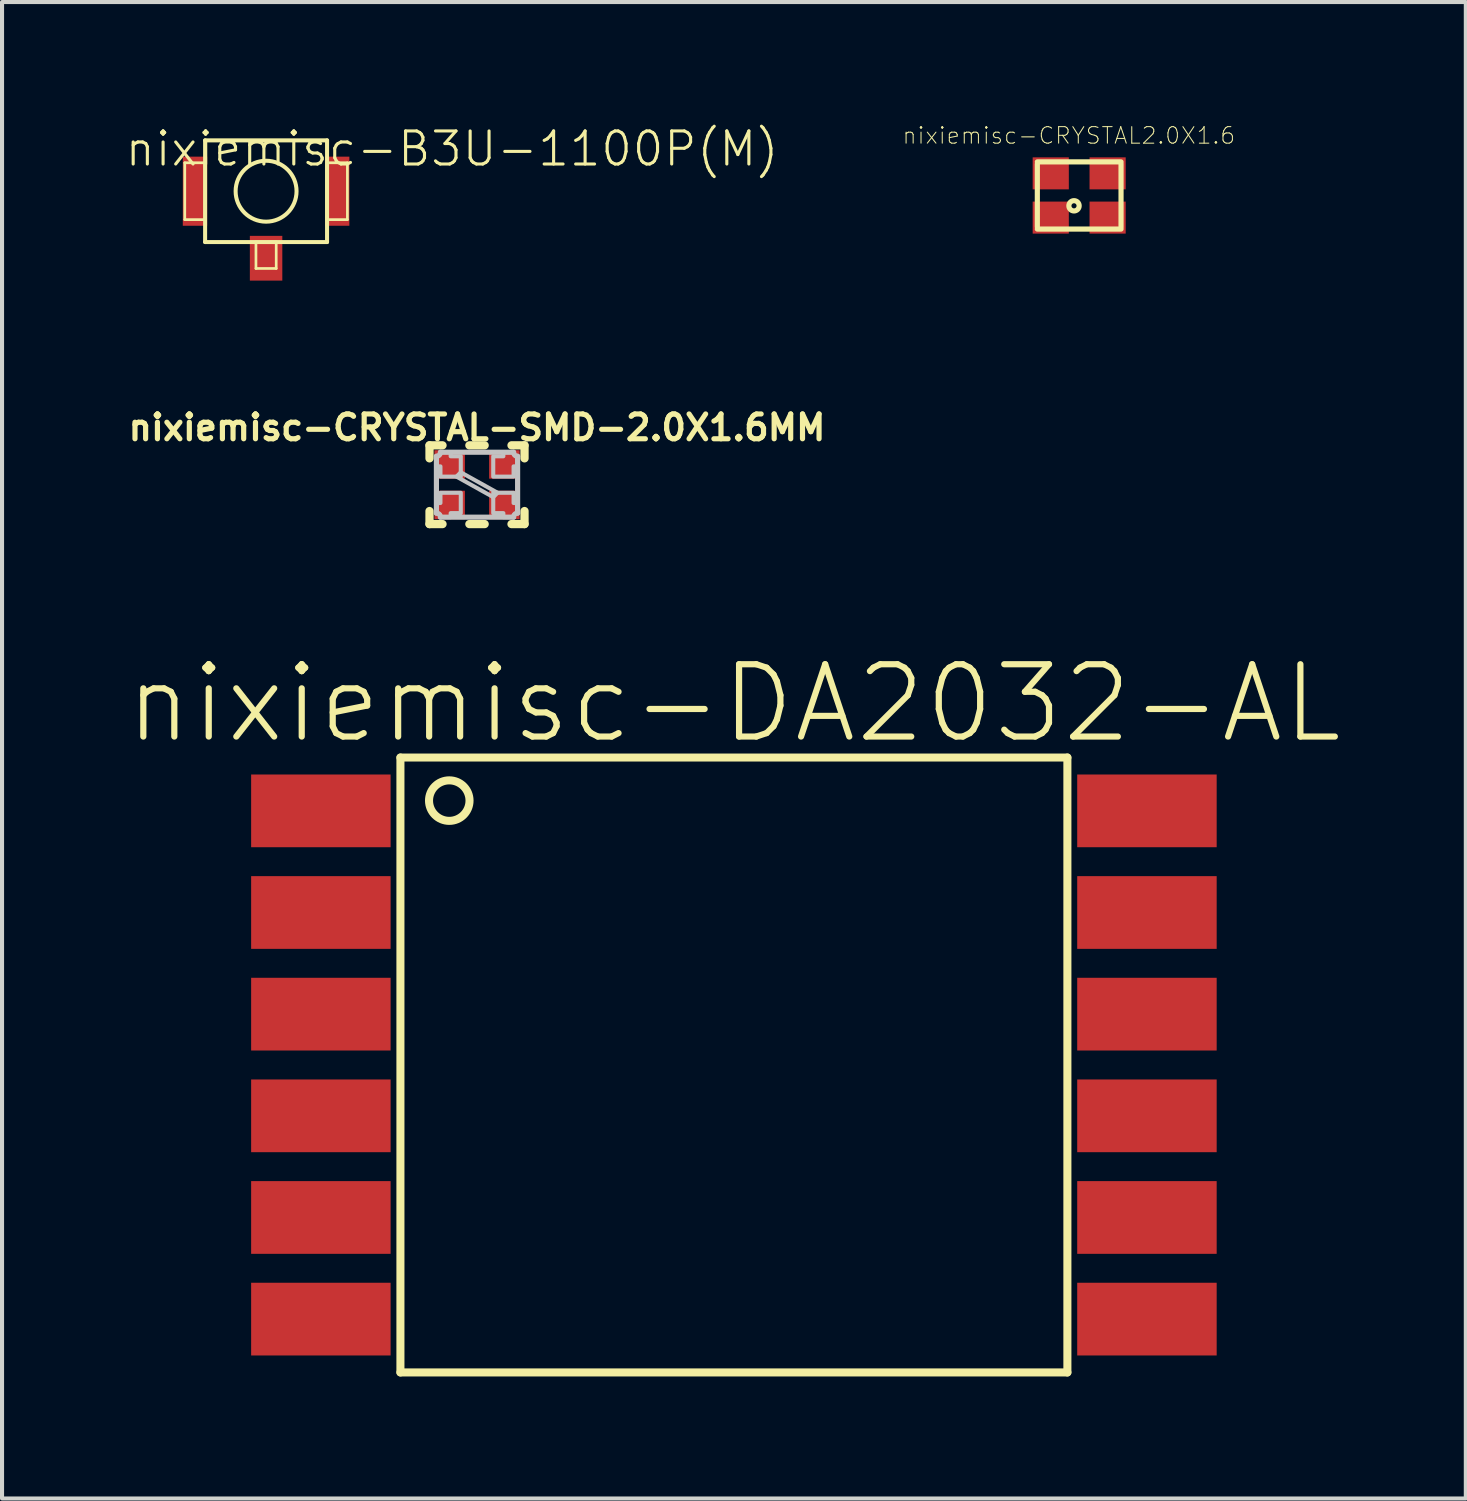
<source format=kicad_pcb>
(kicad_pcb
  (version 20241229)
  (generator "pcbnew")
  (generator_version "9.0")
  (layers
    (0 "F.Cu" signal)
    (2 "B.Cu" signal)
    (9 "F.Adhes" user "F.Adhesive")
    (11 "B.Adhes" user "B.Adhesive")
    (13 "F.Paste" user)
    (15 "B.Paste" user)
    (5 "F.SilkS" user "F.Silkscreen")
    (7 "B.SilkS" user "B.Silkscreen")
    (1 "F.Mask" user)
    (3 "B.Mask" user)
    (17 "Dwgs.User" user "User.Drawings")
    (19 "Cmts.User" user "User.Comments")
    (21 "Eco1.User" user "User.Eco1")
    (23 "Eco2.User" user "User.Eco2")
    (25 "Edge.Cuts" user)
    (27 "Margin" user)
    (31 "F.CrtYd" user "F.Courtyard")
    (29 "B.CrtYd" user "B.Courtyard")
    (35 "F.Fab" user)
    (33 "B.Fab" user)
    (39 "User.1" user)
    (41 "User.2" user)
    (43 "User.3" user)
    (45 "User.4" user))
  (footprint "nixiemisc-B3U-1100P(M)"
    (layer "F.Cu")
    (at 3.492 1.651)
    (property "Reference" "nixiemisc-B3U-1100P(M)" (at 4.572 -1.041 0) (unlocked yes) (layer "F.SilkS") (effects (font (size 0.813 0.813) (thickness 0.076))))
    (attr smd)
    (fp_line (start -2.05 -0.848) (end -1.448 -0.848) (stroke (width 0.066) (type solid)) (layer "F.Mask"))
    (fp_line (start -2.05 0.848) (end -2.05 -0.848) (stroke (width 0.066) (type solid)) (layer "F.Mask"))
    (fp_line (start -2.05 0.848) (end -1.448 0.848) (stroke (width 0.066) (type solid)) (layer "F.Mask"))
    (fp_line (start -1.448 0.848) (end -1.448 -0.848) (stroke (width 0.066) (type solid)) (layer "F.Mask"))
    (fp_line (start -0.399 1.1) (end 0.399 1.1) (stroke (width 0.066) (type solid)) (layer "F.Mask"))
    (fp_line (start -0.399 2.2) (end -0.399 1.1) (stroke (width 0.066) (type solid)) (layer "F.Mask"))
    (fp_line (start -0.399 2.2) (end 0.399 2.2) (stroke (width 0.066) (type solid)) (layer "F.Mask"))
    (fp_line (start 0.399 2.2) (end 0.399 1.1) (stroke (width 0.066) (type solid)) (layer "F.Mask"))
    (fp_line (start 1.448 -0.848) (end 2.05 -0.848) (stroke (width 0.066) (type solid)) (layer "F.Mask"))
    (fp_line (start 1.448 0.848) (end 1.448 -0.848) (stroke (width 0.066) (type solid)) (layer "F.Mask"))
    (fp_line (start 1.448 0.848) (end 2.05 0.848) (stroke (width 0.066) (type solid)) (layer "F.Mask"))
    (fp_line (start 2.05 0.848) (end 2.05 -0.848) (stroke (width 0.066) (type solid)) (layer "F.Mask"))
    (fp_line (start -1.999 -0.699) (end -1.499 -0.699) (stroke (width 0.066) (type solid)) (layer "F.SilkS"))
    (fp_line (start -1.999 0.699) (end -1.999 -0.699) (stroke (width 0.066) (type solid)) (layer "F.SilkS"))
    (fp_line (start -1.999 0.699) (end -1.499 0.699) (stroke (width 0.066) (type solid)) (layer "F.SilkS"))
    (fp_line (start -1.499 -1.25) (end 1.499 -1.25) (stroke (width 0.099) (type solid)) (layer "F.SilkS"))
    (fp_line (start -1.499 0.699) (end -1.499 -0.699) (stroke (width 0.066) (type solid)) (layer "F.SilkS"))
    (fp_line (start -1.499 1.25) (end -1.499 -1.25) (stroke (width 0.099) (type solid)) (layer "F.SilkS"))
    (fp_line (start -0.249 1.25) (end 0.249 1.25) (stroke (width 0.066) (type solid)) (layer "F.SilkS"))
    (fp_line (start -0.249 1.9) (end -0.249 1.25) (stroke (width 0.066) (type solid)) (layer "F.SilkS"))
    (fp_line (start -0.249 1.9) (end 0.249 1.9) (stroke (width 0.066) (type solid)) (layer "F.SilkS"))
    (fp_line (start 0.249 1.9) (end 0.249 1.25) (stroke (width 0.066) (type solid)) (layer "F.SilkS"))
    (fp_line (start 1.499 -1.25) (end 1.499 1.25) (stroke (width 0.099) (type solid)) (layer "F.SilkS"))
    (fp_line (start 1.499 -0.699) (end 1.499 0.699) (stroke (width 0.066) (type solid)) (layer "F.SilkS"))
    (fp_line (start 1.499 1.25) (end -1.499 1.25) (stroke (width 0.099) (type solid)) (layer "F.SilkS"))
    (fp_line (start 1.999 -0.699) (end 1.499 -0.699) (stroke (width 0.066) (type solid)) (layer "F.SilkS"))
    (fp_line (start 1.999 -0.699) (end 1.999 0.699) (stroke (width 0.066) (type solid)) (layer "F.SilkS"))
    (fp_line (start 1.999 0.699) (end 1.499 0.699) (stroke (width 0.066) (type solid)) (layer "F.SilkS"))
    (fp_circle (center 0 0) (end 0 -0.749) (stroke (width 0.099) (type solid)) (fill no) (layer "F.SilkS"))
    (pad "1" smd rect (at -1.748 0) (size 0.599 1.699) (layers "F.Cu" "F.Mask" "F.Paste"))
    (pad "2" smd rect (at 1.748 0) (size 0.599 1.699) (layers "F.Cu" "F.Mask" "F.Paste"))
    (pad "GND" smd rect (at 0 1.648) (size 0.798 1.1) (layers "F.Cu" "F.Mask" "F.Paste")))
  (footprint "nixiemisc-DA2032-AL"
    (layer "F.Cu")
    (at 14.994 23.134)
    (property "Reference" "nixiemisc-DA2032-AL" (at 0 -8.89 0) (unlocked yes) (layer "F.SilkS") (effects (font (size 1.778 1.778) (thickness 0.152))))
    (attr smd)
    (fp_line (start -8.199 -7.559) (end 8.199 -7.559) (stroke (width 0.198) (type solid)) (layer "F.SilkS"))
    (fp_line (start -8.199 7.559) (end -8.199 -7.559) (stroke (width 0.198) (type solid)) (layer "F.SilkS"))
    (fp_line (start 8.199 -7.559) (end 8.199 7.559) (stroke (width 0.198) (type solid)) (layer "F.SilkS"))
    (fp_line (start 8.199 7.559) (end -8.199 7.559) (stroke (width 0.198) (type solid)) (layer "F.SilkS"))
    (fp_circle (center -6.998 -6.5) (end -6.998 -6.998) (stroke (width 0.198) (type solid)) (fill no) (layer "F.SilkS"))
    (pad "P$1" smd rect (at -10.155 -6.248) (size 3.429 1.788) (layers "F.Cu" "F.Mask" "F.Paste"))
    (pad "P$2" smd rect (at -10.155 -3.749) (size 3.429 1.788) (layers "F.Cu" "F.Mask" "F.Paste"))
    (pad "P$3" smd rect (at -10.155 -1.25) (size 3.429 1.788) (layers "F.Cu" "F.Mask" "F.Paste"))
    (pad "P$4" smd rect (at -10.155 1.25) (size 3.429 1.788) (layers "F.Cu" "F.Mask" "F.Paste"))
    (pad "P$5" smd rect (at -10.155 3.749) (size 3.429 1.788) (layers "F.Cu" "F.Mask" "F.Paste"))
    (pad "P$6" smd rect (at -10.155 6.248) (size 3.429 1.788) (layers "F.Cu" "F.Mask" "F.Paste"))
    (pad "P$7" smd rect (at 10.155 6.248) (size 3.429 1.788) (layers "F.Cu" "F.Mask" "F.Paste"))
    (pad "P$8" smd rect (at 10.155 3.749) (size 3.429 1.788) (layers "F.Cu" "F.Mask" "F.Paste"))
    (pad "P$9" smd rect (at 10.155 1.25) (size 3.429 1.788) (layers "F.Cu" "F.Mask" "F.Paste"))
    (pad "P$10" smd rect (at 10.155 -1.25) (size 3.429 1.788) (layers "F.Cu" "F.Mask" "F.Paste"))
    (pad "P$11" smd rect (at 10.155 -3.749) (size 3.429 1.788) (layers "F.Cu" "F.Mask" "F.Paste"))
    (pad "P$12" smd rect (at 10.155 -6.248) (size 3.429 1.788) (layers "F.Cu" "F.Mask" "F.Paste")))
  (footprint "nixiemisc-CRYSTAL-SMD-2.0X1.6MM"
    (layer "F.Cu")
    (at 8.678 8.867)
    (property "Reference" "nixiemisc-CRYSTAL-SMD-2.0X1.6MM" (at 0 -1.405 0) (unlocked yes) (layer "F.SilkS") (effects (font (size 0.61 0.61) (thickness 0.127))))
    (attr smd)
    (fp_line (start -1.168 -0.648) (end -1.168 -0.968) (stroke (width 0.203) (type solid)) (layer "F.SilkS"))
    (fp_line (start -1.168 0.648) (end -1.168 0.968) (stroke (width 0.203) (type solid)) (layer "F.SilkS"))
    (fp_line (start -0.848 -0.968) (end -1.168 -0.968) (stroke (width 0.203) (type solid)) (layer "F.SilkS"))
    (fp_line (start -0.848 0.968) (end -1.168 0.968) (stroke (width 0.203) (type solid)) (layer "F.SilkS"))
    (fp_line (start -0.188 0.968) (end 0.188 0.968) (stroke (width 0.203) (type solid)) (layer "F.SilkS"))
    (fp_line (start 0.188 -0.968) (end -0.188 -0.968) (stroke (width 0.203) (type solid)) (layer "F.SilkS"))
    (fp_line (start 0.848 -0.968) (end 1.168 -0.968) (stroke (width 0.203) (type solid)) (layer "F.SilkS"))
    (fp_line (start 0.848 0.968) (end 1.168 0.968) (stroke (width 0.203) (type solid)) (layer "F.SilkS"))
    (fp_line (start 1.168 -0.648) (end 1.168 -0.968) (stroke (width 0.203) (type solid)) (layer "F.SilkS"))
    (fp_line (start 1.168 0.648) (end 1.168 0.968) (stroke (width 0.203) (type solid)) (layer "F.SilkS"))
    (fp_line (start -0.998 -0.699) (end -0.998 0.699) (stroke (width 0.127) (type solid)) (layer "Dwgs.User"))
    (fp_line (start -0.899 0.798) (end 0.899 0.798) (stroke (width 0.127) (type solid)) (layer "Dwgs.User"))
    (fp_line (start 0.899 -0.798) (end -0.899 -0.798) (stroke (width 0.127) (type solid)) (layer "Dwgs.User"))
    (fp_line (start 0.998 0.699) (end 0.998 -0.699) (stroke (width 0.127) (type solid)) (layer "Dwgs.User"))
    (fp_arc (start -0.99822 0.6985) (mid -0.928174 0.727514) (end -0.89916 0.79756) (stroke (width 0.127) (type solid)) (layer "Dwgs.User"))
    (fp_arc (start -0.89916 -0.79756) (mid -0.928174 -0.727514) (end -0.99822 -0.6985) (stroke (width 0.127) (type solid)) (layer "Dwgs.User"))
    (fp_arc (start 0.89916 0.79756) (mid 0.928174 0.727514) (end 0.99822 0.6985) (stroke (width 0.127) (type solid)) (layer "Dwgs.User"))
    (fp_arc (start 0.99822 -0.6985) (mid 0.928174 -0.727514) (end 0.89916 -0.79756) (stroke (width 0.127) (type solid)) (layer "Dwgs.User"))
    (fp_poly (pts (xy 0.505 0.198) (xy -0.399 -0.305) (xy -0.505 -0.198) (xy 0.399 0.305) (xy 0.505 0.198)) (stroke (width 0.1) (type solid)) (fill no) (layer "Dwgs.User"))
    (fp_poly (pts (xy -0.399 -0.198) (xy -0.399 -0.699) (xy -0.648 -0.699) (xy -0.648 -0.798) (xy -0.899 -0.798) (xy -0.904 -0.767) (xy -0.917 -0.739) (xy -0.94 -0.719) (xy -0.968 -0.704) (xy -0.998 -0.699) (xy -0.998 -0.45) (xy -0.899 -0.45) (xy -0.899 -0.198) (xy -0.399 -0.198)) (stroke (width 0.1) (type solid)) (fill no) (layer "Dwgs.User"))
    (fp_poly (pts (xy -0.399 0.198) (xy -0.399 0.699) (xy -0.648 0.699) (xy -0.648 0.798) (xy -0.899 0.798) (xy -0.904 0.767) (xy -0.917 0.739) (xy -0.94 0.719) (xy -0.968 0.704) (xy -0.998 0.699) (xy -0.998 0.45) (xy -0.899 0.45) (xy -0.899 0.198) (xy -0.399 0.198)) (stroke (width 0.1) (type solid)) (fill no) (layer "Dwgs.User"))
    (fp_poly (pts (xy 0.399 -0.198) (xy 0.399 -0.699) (xy 0.648 -0.699) (xy 0.648 -0.798) (xy 0.899 -0.798) (xy 0.904 -0.767) (xy 0.917 -0.739) (xy 0.94 -0.719) (xy 0.968 -0.704) (xy 0.998 -0.699) (xy 0.998 -0.45) (xy 0.899 -0.45) (xy 0.899 -0.198) (xy 0.399 -0.198)) (stroke (width 0.1) (type solid)) (fill no) (layer "Dwgs.User"))
    (fp_poly (pts (xy 0.399 0.198) (xy 0.399 0.699) (xy 0.648 0.699) (xy 0.648 0.798) (xy 0.899 0.798) (xy 0.904 0.767) (xy 0.917 0.739) (xy 0.94 0.719) (xy 0.968 0.704) (xy 0.998 0.699) (xy 0.998 0.45) (xy 0.899 0.45) (xy 0.899 0.198) (xy 0.399 0.198)) (stroke (width 0.1) (type solid)) (fill no) (layer "Dwgs.User"))
    (pad "1" smd rect (at -0.673 0.498) (size 0.749 0.699) (layers "F.Cu" "F.Mask" "F.Paste"))
    (pad "2" smd rect (at 0.673 0.498 180) (size 0.749 0.699) (layers "F.Cu" "F.Mask" "F.Paste"))
    (pad "3" smd rect (at 0.673 -0.498 180) (size 0.749 0.699) (layers "F.Cu" "F.Mask" "F.Paste"))
    (pad "4" smd rect (at -0.673 -0.498) (size 0.749 0.699) (layers "F.Cu" "F.Mask" "F.Paste")))
  (footprint "nixiemisc-CRYSTAL2.0X1.6"
    (layer "F.Cu")
    (at 23.483 1.756)
    (property "Reference" "nixiemisc-CRYSTAL2.0X1.6" (at -0.254 -1.473 0) (unlocked yes) (layer "F.SilkS") (effects (font (size 0.406 0.406) (thickness 0.025))))
    (attr smd)
    (fp_line (start -1.029 -0.826) (end 1.029 -0.826) (stroke (width 0.127) (type solid)) (layer "F.SilkS"))
    (fp_line (start -1.029 -0.775) (end -1.029 0.775) (stroke (width 0.127) (type solid)) (layer "F.SilkS"))
    (fp_line (start -1.029 0.826) (end 1.029 0.826) (stroke (width 0.127) (type solid)) (layer "F.SilkS"))
    (fp_line (start 1.029 -0.775) (end 1.029 0.775) (stroke (width 0.127) (type solid)) (layer "F.SilkS"))
    (fp_circle (center -0.127 0.254) (end -0.127 0.191) (stroke (width 0.127) (type solid)) (fill no) (layer "F.SilkS"))
    (pad "1" smd rect (at -0.699 0.544) (size 0.889 0.787) (layers "F.Cu" "F.Mask" "F.Paste"))
    (pad "2" smd rect (at 0.699 0.544) (size 0.889 0.787) (layers "F.Cu" "F.Mask" "F.Paste"))
    (pad "3" smd rect (at 0.699 -0.544) (size 0.889 0.787) (layers "F.Cu" "F.Mask" "F.Paste"))
    (pad "4" smd rect (at -0.699 -0.544) (size 0.889 0.787) (layers "F.Cu" "F.Mask" "F.Paste")))
  (gr_rect
    (start -3 -3)
    (end 32.989 33.792)
    (stroke (width 0.1) (type default))
    (fill no)
    (layer "Edge.Cuts")))
</source>
